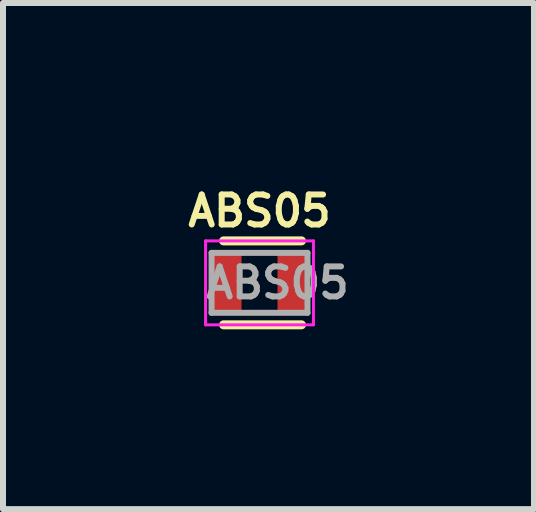
<source format=kicad_pcb>
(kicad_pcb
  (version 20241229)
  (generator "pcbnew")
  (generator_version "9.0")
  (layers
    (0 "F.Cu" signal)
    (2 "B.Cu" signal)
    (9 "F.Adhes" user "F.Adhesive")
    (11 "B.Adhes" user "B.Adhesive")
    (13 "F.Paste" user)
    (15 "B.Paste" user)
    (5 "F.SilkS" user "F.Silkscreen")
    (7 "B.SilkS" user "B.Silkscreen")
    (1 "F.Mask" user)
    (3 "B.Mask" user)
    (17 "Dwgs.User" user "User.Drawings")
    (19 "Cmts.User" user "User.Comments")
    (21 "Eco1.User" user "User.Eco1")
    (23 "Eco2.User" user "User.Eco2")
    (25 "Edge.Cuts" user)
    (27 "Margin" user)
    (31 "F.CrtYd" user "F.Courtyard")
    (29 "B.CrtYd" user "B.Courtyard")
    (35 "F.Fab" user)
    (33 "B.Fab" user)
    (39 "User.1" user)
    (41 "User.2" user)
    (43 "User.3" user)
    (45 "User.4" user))
  (footprint "ABS05"
    (layer "F.Cu")
    (at 1.279 1.668)
    (property "Reference" "ABS05" (at 0 -1.2 0) (layer "F.SilkS") (effects (font (size 0.5 0.5) (thickness 0.1))))
    (attr smd)
    (fp_line (start -0.6 0.7) (end 0.7 0.7) (stroke (width 0.15) (type solid)) (layer "F.SilkS"))
    (fp_line (start 0.7 -0.7) (end -0.6 -0.7) (stroke (width 0.15) (type solid)) (layer "F.SilkS"))
    (fp_line (start -0.9 -0.7) (end -0.9 0.7) (stroke (width 0.05) (type solid)) (layer "F.CrtYd"))
    (fp_line (start -0.9 -0.7) (end 0.9 -0.7) (stroke (width 0.05) (type solid)) (layer "F.CrtYd"))
    (fp_line (start -0.9 0.7) (end 0.9 0.7) (stroke (width 0.05) (type solid)) (layer "F.CrtYd"))
    (fp_line (start 0.9 -0.7) (end 0.9 0.7) (stroke (width 0.05) (type solid)) (layer "F.CrtYd"))
    (fp_line (start -0.8 -0.5) (end -0.8 0.5) (stroke (width 0.1) (type solid)) (layer "F.Fab"))
    (fp_line (start -0.8 0.5) (end 0.8 0.5) (stroke (width 0.1) (type solid)) (layer "F.Fab"))
    (fp_line (start 0.8 -0.5) (end -0.8 -0.5) (stroke (width 0.1) (type solid)) (layer "F.Fab"))
    (fp_line (start 0.8 0.5) (end 0.8 -0.5) (stroke (width 0.1) (type solid)) (layer "F.Fab"))
    (fp_text user "${REFERENCE}" (at 0.3 0 0) (layer "F.Fab") (effects (font (size 0.5 0.5) (thickness 0.1))))
    (pad "1" smd rect (at -0.55 0) (size 0.5 1) (layers "F.Cu" "F.Mask" "F.Paste"))
    (pad "2" smd rect (at 0.55 0) (size 0.5 1) (layers "F.Cu" "F.Mask" "F.Paste")))
  (gr_rect
    (start -3 -3)
    (end 5.857 5.443)
    (stroke (width 0.1) (type default))
    (fill no)
    (layer "Edge.Cuts")))
</source>
